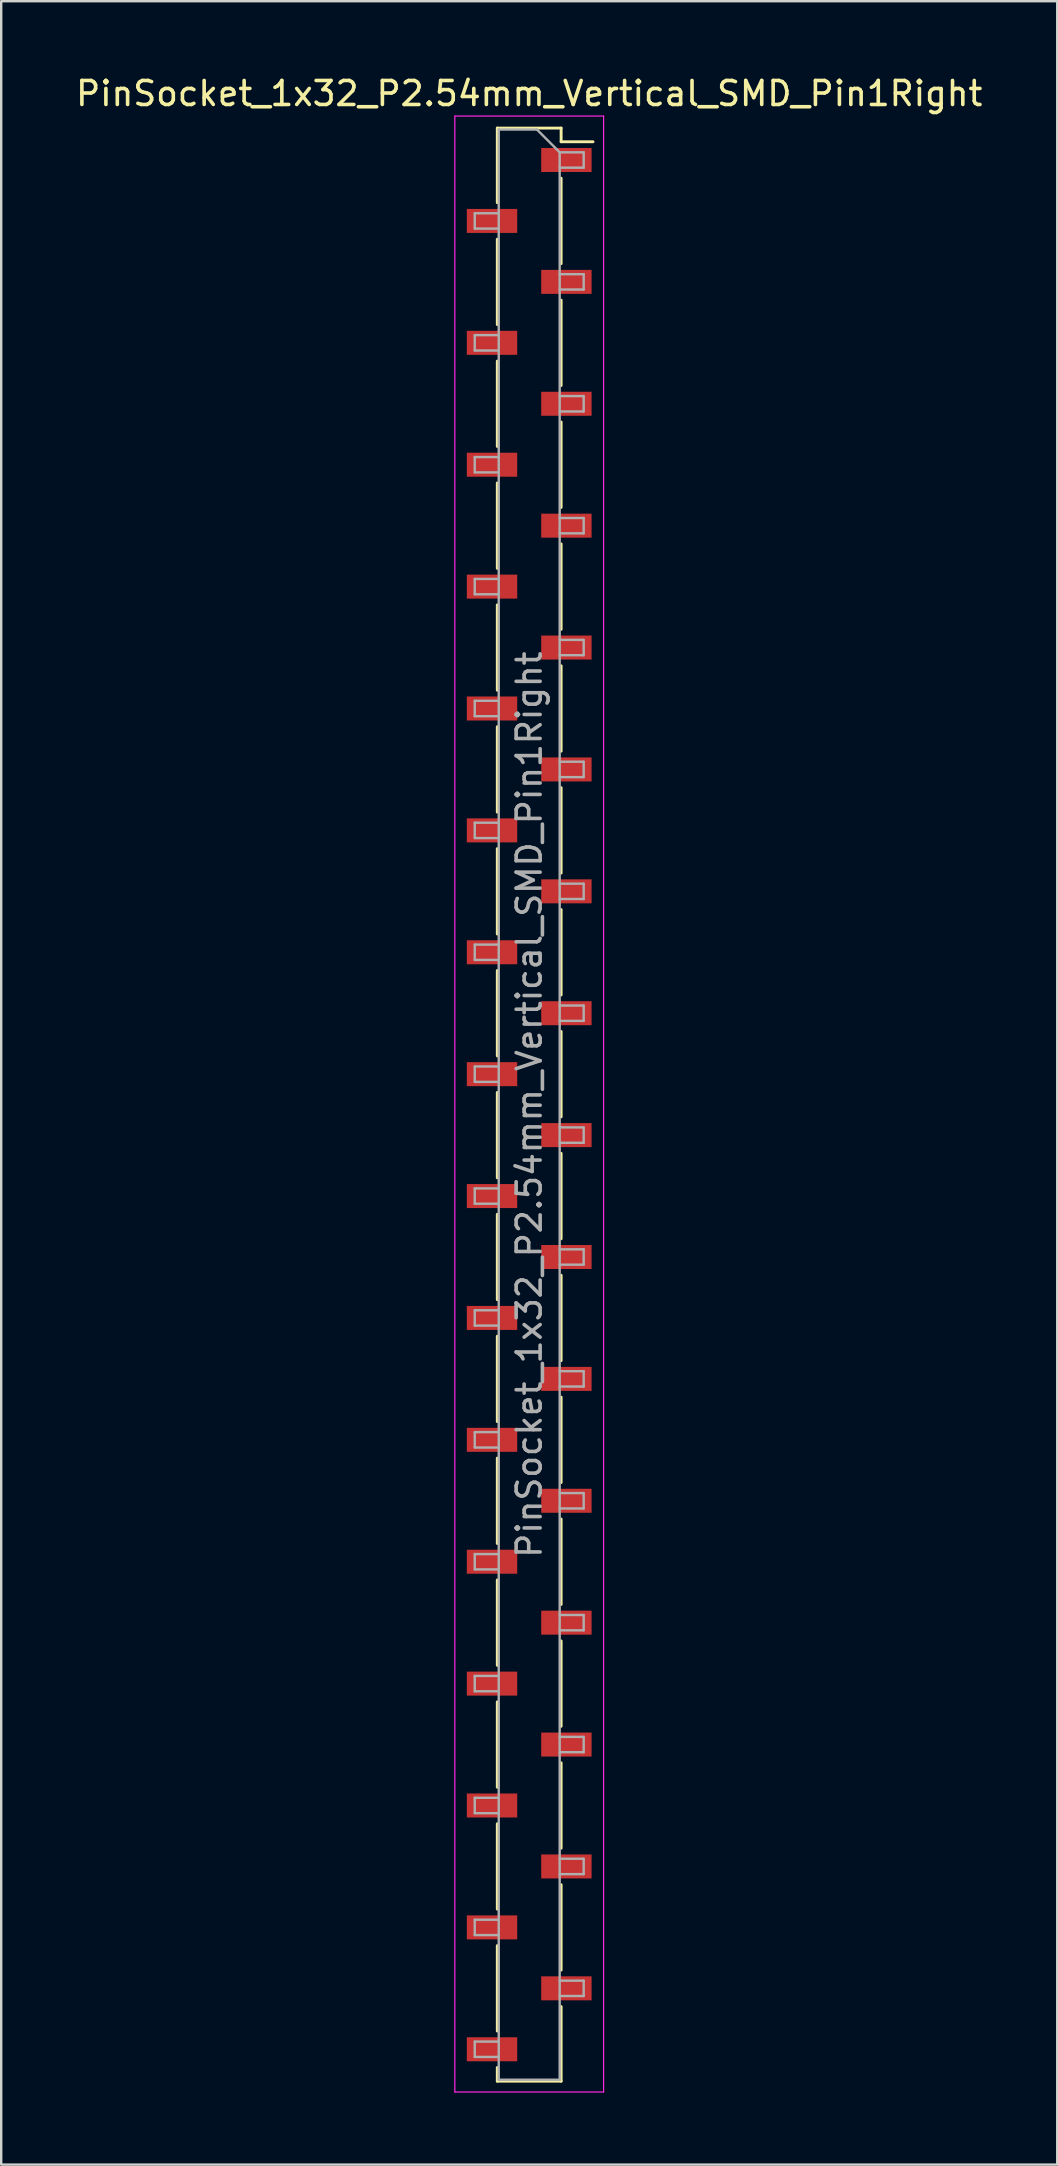
<source format=kicad_pcb>
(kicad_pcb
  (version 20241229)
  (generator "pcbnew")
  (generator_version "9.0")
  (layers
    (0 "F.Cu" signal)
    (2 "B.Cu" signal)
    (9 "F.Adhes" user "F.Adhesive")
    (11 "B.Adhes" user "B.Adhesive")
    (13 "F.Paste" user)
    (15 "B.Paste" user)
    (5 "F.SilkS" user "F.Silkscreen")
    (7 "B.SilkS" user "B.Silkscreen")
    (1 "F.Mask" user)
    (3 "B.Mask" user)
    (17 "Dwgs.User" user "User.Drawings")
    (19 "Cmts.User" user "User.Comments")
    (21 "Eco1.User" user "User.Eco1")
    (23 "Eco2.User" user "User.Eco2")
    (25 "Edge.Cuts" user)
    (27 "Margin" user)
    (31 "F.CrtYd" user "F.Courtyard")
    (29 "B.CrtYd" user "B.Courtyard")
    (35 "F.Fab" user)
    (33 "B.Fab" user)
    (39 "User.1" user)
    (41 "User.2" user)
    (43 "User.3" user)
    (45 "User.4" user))
  (footprint "PinSocket_1x32_P2.54mm_Vertical_SMD_Pin1Right"
    (layer "F.Cu")
    (at 19.006 42.988)
    (property "Reference" "PinSocket_1x32_P2.54mm_Vertical_SMD_Pin1Right" (at 0 -42.14 0) (layer "F.SilkS") (effects (font (size 1 1) (thickness 0.15))))
    (attr smd)
    (fp_line (start -1.33 -40.7) (end -1.33 -37.59) (stroke (width 0.12) (type solid)) (layer "F.SilkS"))
    (fp_line (start -1.33 -40.7) (end 1.33 -40.7) (stroke (width 0.12) (type solid)) (layer "F.SilkS"))
    (fp_line (start -1.33 -36.07) (end -1.33 -32.51) (stroke (width 0.12) (type solid)) (layer "F.SilkS"))
    (fp_line (start -1.33 -30.99) (end -1.33 -27.43) (stroke (width 0.12) (type solid)) (layer "F.SilkS"))
    (fp_line (start -1.33 -25.91) (end -1.33 -22.35) (stroke (width 0.12) (type solid)) (layer "F.SilkS"))
    (fp_line (start -1.33 -20.83) (end -1.33 -17.27) (stroke (width 0.12) (type solid)) (layer "F.SilkS"))
    (fp_line (start -1.33 -15.75) (end -1.33 -12.19) (stroke (width 0.12) (type solid)) (layer "F.SilkS"))
    (fp_line (start -1.33 -10.67) (end -1.33 -7.11) (stroke (width 0.12) (type solid)) (layer "F.SilkS"))
    (fp_line (start -1.33 -5.59) (end -1.33 -2.03) (stroke (width 0.12) (type solid)) (layer "F.SilkS"))
    (fp_line (start -1.33 -0.51) (end -1.33 3.05) (stroke (width 0.12) (type solid)) (layer "F.SilkS"))
    (fp_line (start -1.33 4.57) (end -1.33 8.13) (stroke (width 0.12) (type solid)) (layer "F.SilkS"))
    (fp_line (start -1.33 9.65) (end -1.33 13.21) (stroke (width 0.12) (type solid)) (layer "F.SilkS"))
    (fp_line (start -1.33 14.73) (end -1.33 18.29) (stroke (width 0.12) (type solid)) (layer "F.SilkS"))
    (fp_line (start -1.33 19.81) (end -1.33 23.37) (stroke (width 0.12) (type solid)) (layer "F.SilkS"))
    (fp_line (start -1.33 24.89) (end -1.33 28.45) (stroke (width 0.12) (type solid)) (layer "F.SilkS"))
    (fp_line (start -1.33 29.97) (end -1.33 33.53) (stroke (width 0.12) (type solid)) (layer "F.SilkS"))
    (fp_line (start -1.33 35.05) (end -1.33 38.61) (stroke (width 0.12) (type solid)) (layer "F.SilkS"))
    (fp_line (start -1.33 40.7) (end -1.33 40.13) (stroke (width 0.12) (type solid)) (layer "F.SilkS"))
    (fp_line (start 1.33 -40.7) (end 1.33 -40.13) (stroke (width 0.12) (type solid)) (layer "F.SilkS"))
    (fp_line (start 1.33 -40.13) (end 2.66 -40.13) (stroke (width 0.12) (type solid)) (layer "F.SilkS"))
    (fp_line (start 1.33 -38.61) (end 1.33 -35.05) (stroke (width 0.12) (type solid)) (layer "F.SilkS"))
    (fp_line (start 1.33 -33.53) (end 1.33 -29.97) (stroke (width 0.12) (type solid)) (layer "F.SilkS"))
    (fp_line (start 1.33 -28.45) (end 1.33 -24.89) (stroke (width 0.12) (type solid)) (layer "F.SilkS"))
    (fp_line (start 1.33 -23.37) (end 1.33 -19.81) (stroke (width 0.12) (type solid)) (layer "F.SilkS"))
    (fp_line (start 1.33 -18.29) (end 1.33 -14.73) (stroke (width 0.12) (type solid)) (layer "F.SilkS"))
    (fp_line (start 1.33 -13.21) (end 1.33 -9.65) (stroke (width 0.12) (type solid)) (layer "F.SilkS"))
    (fp_line (start 1.33 -8.13) (end 1.33 -4.57) (stroke (width 0.12) (type solid)) (layer "F.SilkS"))
    (fp_line (start 1.33 -3.05) (end 1.33 0.51) (stroke (width 0.12) (type solid)) (layer "F.SilkS"))
    (fp_line (start 1.33 2.03) (end 1.33 5.59) (stroke (width 0.12) (type solid)) (layer "F.SilkS"))
    (fp_line (start 1.33 7.11) (end 1.33 10.67) (stroke (width 0.12) (type solid)) (layer "F.SilkS"))
    (fp_line (start 1.33 12.19) (end 1.33 15.75) (stroke (width 0.12) (type solid)) (layer "F.SilkS"))
    (fp_line (start 1.33 17.27) (end 1.33 20.83) (stroke (width 0.12) (type solid)) (layer "F.SilkS"))
    (fp_line (start 1.33 22.35) (end 1.33 25.91) (stroke (width 0.12) (type solid)) (layer "F.SilkS"))
    (fp_line (start 1.33 27.43) (end 1.33 30.99) (stroke (width 0.12) (type solid)) (layer "F.SilkS"))
    (fp_line (start 1.33 32.51) (end 1.33 36.07) (stroke (width 0.12) (type solid)) (layer "F.SilkS"))
    (fp_line (start 1.33 37.59) (end 1.33 40.7) (stroke (width 0.12) (type solid)) (layer "F.SilkS"))
    (fp_line (start 1.33 40.7) (end -1.33 40.7) (stroke (width 0.12) (type solid)) (layer "F.SilkS"))
    (fp_line (start -3.1 -41.2) (end 3.1 -41.2) (stroke (width 0.05) (type solid)) (layer "F.CrtYd"))
    (fp_line (start -3.1 41.15) (end -3.1 -41.2) (stroke (width 0.05) (type solid)) (layer "F.CrtYd"))
    (fp_line (start 3.1 -41.2) (end 3.1 41.15) (stroke (width 0.05) (type solid)) (layer "F.CrtYd"))
    (fp_line (start 3.1 41.15) (end -3.1 41.15) (stroke (width 0.05) (type solid)) (layer "F.CrtYd"))
    (fp_line (start -2.27 -37.15) (end -1.27 -37.15) (stroke (width 0.1) (type solid)) (layer "F.Fab"))
    (fp_line (start -2.27 -36.51) (end -2.27 -37.15) (stroke (width 0.1) (type solid)) (layer "F.Fab"))
    (fp_line (start -2.27 -32.07) (end -1.27 -32.07) (stroke (width 0.1) (type solid)) (layer "F.Fab"))
    (fp_line (start -2.27 -31.43) (end -2.27 -32.07) (stroke (width 0.1) (type solid)) (layer "F.Fab"))
    (fp_line (start -2.27 -26.99) (end -1.27 -26.99) (stroke (width 0.1) (type solid)) (layer "F.Fab"))
    (fp_line (start -2.27 -26.35) (end -2.27 -26.99) (stroke (width 0.1) (type solid)) (layer "F.Fab"))
    (fp_line (start -2.27 -21.91) (end -1.27 -21.91) (stroke (width 0.1) (type solid)) (layer "F.Fab"))
    (fp_line (start -2.27 -21.27) (end -2.27 -21.91) (stroke (width 0.1) (type solid)) (layer "F.Fab"))
    (fp_line (start -2.27 -16.83) (end -1.27 -16.83) (stroke (width 0.1) (type solid)) (layer "F.Fab"))
    (fp_line (start -2.27 -16.19) (end -2.27 -16.83) (stroke (width 0.1) (type solid)) (layer "F.Fab"))
    (fp_line (start -2.27 -11.75) (end -1.27 -11.75) (stroke (width 0.1) (type solid)) (layer "F.Fab"))
    (fp_line (start -2.27 -11.11) (end -2.27 -11.75) (stroke (width 0.1) (type solid)) (layer "F.Fab"))
    (fp_line (start -2.27 -6.67) (end -1.27 -6.67) (stroke (width 0.1) (type solid)) (layer "F.Fab"))
    (fp_line (start -2.27 -6.03) (end -2.27 -6.67) (stroke (width 0.1) (type solid)) (layer "F.Fab"))
    (fp_line (start -2.27 -1.59) (end -1.27 -1.59) (stroke (width 0.1) (type solid)) (layer "F.Fab"))
    (fp_line (start -2.27 -0.95) (end -2.27 -1.59) (stroke (width 0.1) (type solid)) (layer "F.Fab"))
    (fp_line (start -2.27 3.49) (end -1.27 3.49) (stroke (width 0.1) (type solid)) (layer "F.Fab"))
    (fp_line (start -2.27 4.13) (end -2.27 3.49) (stroke (width 0.1) (type solid)) (layer "F.Fab"))
    (fp_line (start -2.27 8.57) (end -1.27 8.57) (stroke (width 0.1) (type solid)) (layer "F.Fab"))
    (fp_line (start -2.27 9.21) (end -2.27 8.57) (stroke (width 0.1) (type solid)) (layer "F.Fab"))
    (fp_line (start -2.27 13.65) (end -1.27 13.65) (stroke (width 0.1) (type solid)) (layer "F.Fab"))
    (fp_line (start -2.27 14.29) (end -2.27 13.65) (stroke (width 0.1) (type solid)) (layer "F.Fab"))
    (fp_line (start -2.27 18.73) (end -1.27 18.73) (stroke (width 0.1) (type solid)) (layer "F.Fab"))
    (fp_line (start -2.27 19.37) (end -2.27 18.73) (stroke (width 0.1) (type solid)) (layer "F.Fab"))
    (fp_line (start -2.27 23.81) (end -1.27 23.81) (stroke (width 0.1) (type solid)) (layer "F.Fab"))
    (fp_line (start -2.27 24.45) (end -2.27 23.81) (stroke (width 0.1) (type solid)) (layer "F.Fab"))
    (fp_line (start -2.27 28.89) (end -1.27 28.89) (stroke (width 0.1) (type solid)) (layer "F.Fab"))
    (fp_line (start -2.27 29.53) (end -2.27 28.89) (stroke (width 0.1) (type solid)) (layer "F.Fab"))
    (fp_line (start -2.27 33.97) (end -1.27 33.97) (stroke (width 0.1) (type solid)) (layer "F.Fab"))
    (fp_line (start -2.27 34.61) (end -2.27 33.97) (stroke (width 0.1) (type solid)) (layer "F.Fab"))
    (fp_line (start -2.27 39.05) (end -1.27 39.05) (stroke (width 0.1) (type solid)) (layer "F.Fab"))
    (fp_line (start -2.27 39.69) (end -2.27 39.05) (stroke (width 0.1) (type solid)) (layer "F.Fab"))
    (fp_line (start -1.27 -40.64) (end 0.32 -40.64) (stroke (width 0.1) (type solid)) (layer "F.Fab"))
    (fp_line (start -1.27 -36.51) (end -2.27 -36.51) (stroke (width 0.1) (type solid)) (layer "F.Fab"))
    (fp_line (start -1.27 -31.43) (end -2.27 -31.43) (stroke (width 0.1) (type solid)) (layer "F.Fab"))
    (fp_line (start -1.27 -26.35) (end -2.27 -26.35) (stroke (width 0.1) (type solid)) (layer "F.Fab"))
    (fp_line (start -1.27 -21.27) (end -2.27 -21.27) (stroke (width 0.1) (type solid)) (layer "F.Fab"))
    (fp_line (start -1.27 -16.19) (end -2.27 -16.19) (stroke (width 0.1) (type solid)) (layer "F.Fab"))
    (fp_line (start -1.27 -11.11) (end -2.27 -11.11) (stroke (width 0.1) (type solid)) (layer "F.Fab"))
    (fp_line (start -1.27 -6.03) (end -2.27 -6.03) (stroke (width 0.1) (type solid)) (layer "F.Fab"))
    (fp_line (start -1.27 -0.95) (end -2.27 -0.95) (stroke (width 0.1) (type solid)) (layer "F.Fab"))
    (fp_line (start -1.27 4.13) (end -2.27 4.13) (stroke (width 0.1) (type solid)) (layer "F.Fab"))
    (fp_line (start -1.27 9.21) (end -2.27 9.21) (stroke (width 0.1) (type solid)) (layer "F.Fab"))
    (fp_line (start -1.27 14.29) (end -2.27 14.29) (stroke (width 0.1) (type solid)) (layer "F.Fab"))
    (fp_line (start -1.27 19.37) (end -2.27 19.37) (stroke (width 0.1) (type solid)) (layer "F.Fab"))
    (fp_line (start -1.27 24.45) (end -2.27 24.45) (stroke (width 0.1) (type solid)) (layer "F.Fab"))
    (fp_line (start -1.27 29.53) (end -2.27 29.53) (stroke (width 0.1) (type solid)) (layer "F.Fab"))
    (fp_line (start -1.27 34.61) (end -2.27 34.61) (stroke (width 0.1) (type solid)) (layer "F.Fab"))
    (fp_line (start -1.27 39.69) (end -2.27 39.69) (stroke (width 0.1) (type solid)) (layer "F.Fab"))
    (fp_line (start -1.27 40.64) (end -1.27 -40.64) (stroke (width 0.1) (type solid)) (layer "F.Fab"))
    (fp_line (start 0.32 -40.64) (end 1.27 -39.69) (stroke (width 0.1) (type solid)) (layer "F.Fab"))
    (fp_line (start 1.27 -39.69) (end 1.27 40.64) (stroke (width 0.1) (type solid)) (layer "F.Fab"))
    (fp_line (start 1.27 -39.69) (end 2.27 -39.69) (stroke (width 0.1) (type solid)) (layer "F.Fab"))
    (fp_line (start 1.27 -34.61) (end 2.27 -34.61) (stroke (width 0.1) (type solid)) (layer "F.Fab"))
    (fp_line (start 1.27 -29.53) (end 2.27 -29.53) (stroke (width 0.1) (type solid)) (layer "F.Fab"))
    (fp_line (start 1.27 -24.45) (end 2.27 -24.45) (stroke (width 0.1) (type solid)) (layer "F.Fab"))
    (fp_line (start 1.27 -19.37) (end 2.27 -19.37) (stroke (width 0.1) (type solid)) (layer "F.Fab"))
    (fp_line (start 1.27 -14.29) (end 2.27 -14.29) (stroke (width 0.1) (type solid)) (layer "F.Fab"))
    (fp_line (start 1.27 -9.21) (end 2.27 -9.21) (stroke (width 0.1) (type solid)) (layer "F.Fab"))
    (fp_line (start 1.27 -4.13) (end 2.27 -4.13) (stroke (width 0.1) (type solid)) (layer "F.Fab"))
    (fp_line (start 1.27 0.95) (end 2.27 0.95) (stroke (width 0.1) (type solid)) (layer "F.Fab"))
    (fp_line (start 1.27 6.03) (end 2.27 6.03) (stroke (width 0.1) (type solid)) (layer "F.Fab"))
    (fp_line (start 1.27 11.11) (end 2.27 11.11) (stroke (width 0.1) (type solid)) (layer "F.Fab"))
    (fp_line (start 1.27 16.19) (end 2.27 16.19) (stroke (width 0.1) (type solid)) (layer "F.Fab"))
    (fp_line (start 1.27 21.27) (end 2.27 21.27) (stroke (width 0.1) (type solid)) (layer "F.Fab"))
    (fp_line (start 1.27 26.35) (end 2.27 26.35) (stroke (width 0.1) (type solid)) (layer "F.Fab"))
    (fp_line (start 1.27 31.43) (end 2.27 31.43) (stroke (width 0.1) (type solid)) (layer "F.Fab"))
    (fp_line (start 1.27 36.51) (end 2.27 36.51) (stroke (width 0.1) (type solid)) (layer "F.Fab"))
    (fp_line (start 1.27 40.64) (end -1.27 40.64) (stroke (width 0.1) (type solid)) (layer "F.Fab"))
    (fp_line (start 2.27 -39.69) (end 2.27 -39.05) (stroke (width 0.1) (type solid)) (layer "F.Fab"))
    (fp_line (start 2.27 -39.05) (end 1.27 -39.05) (stroke (width 0.1) (type solid)) (layer "F.Fab"))
    (fp_line (start 2.27 -34.61) (end 2.27 -33.97) (stroke (width 0.1) (type solid)) (layer "F.Fab"))
    (fp_line (start 2.27 -33.97) (end 1.27 -33.97) (stroke (width 0.1) (type solid)) (layer "F.Fab"))
    (fp_line (start 2.27 -29.53) (end 2.27 -28.89) (stroke (width 0.1) (type solid)) (layer "F.Fab"))
    (fp_line (start 2.27 -28.89) (end 1.27 -28.89) (stroke (width 0.1) (type solid)) (layer "F.Fab"))
    (fp_line (start 2.27 -24.45) (end 2.27 -23.81) (stroke (width 0.1) (type solid)) (layer "F.Fab"))
    (fp_line (start 2.27 -23.81) (end 1.27 -23.81) (stroke (width 0.1) (type solid)) (layer "F.Fab"))
    (fp_line (start 2.27 -19.37) (end 2.27 -18.73) (stroke (width 0.1) (type solid)) (layer "F.Fab"))
    (fp_line (start 2.27 -18.73) (end 1.27 -18.73) (stroke (width 0.1) (type solid)) (layer "F.Fab"))
    (fp_line (start 2.27 -14.29) (end 2.27 -13.65) (stroke (width 0.1) (type solid)) (layer "F.Fab"))
    (fp_line (start 2.27 -13.65) (end 1.27 -13.65) (stroke (width 0.1) (type solid)) (layer "F.Fab"))
    (fp_line (start 2.27 -9.21) (end 2.27 -8.57) (stroke (width 0.1) (type solid)) (layer "F.Fab"))
    (fp_line (start 2.27 -8.57) (end 1.27 -8.57) (stroke (width 0.1) (type solid)) (layer "F.Fab"))
    (fp_line (start 2.27 -4.13) (end 2.27 -3.49) (stroke (width 0.1) (type solid)) (layer "F.Fab"))
    (fp_line (start 2.27 -3.49) (end 1.27 -3.49) (stroke (width 0.1) (type solid)) (layer "F.Fab"))
    (fp_line (start 2.27 0.95) (end 2.27 1.59) (stroke (width 0.1) (type solid)) (layer "F.Fab"))
    (fp_line (start 2.27 1.59) (end 1.27 1.59) (stroke (width 0.1) (type solid)) (layer "F.Fab"))
    (fp_line (start 2.27 6.03) (end 2.27 6.67) (stroke (width 0.1) (type solid)) (layer "F.Fab"))
    (fp_line (start 2.27 6.67) (end 1.27 6.67) (stroke (width 0.1) (type solid)) (layer "F.Fab"))
    (fp_line (start 2.27 11.11) (end 2.27 11.75) (stroke (width 0.1) (type solid)) (layer "F.Fab"))
    (fp_line (start 2.27 11.75) (end 1.27 11.75) (stroke (width 0.1) (type solid)) (layer "F.Fab"))
    (fp_line (start 2.27 16.19) (end 2.27 16.83) (stroke (width 0.1) (type solid)) (layer "F.Fab"))
    (fp_line (start 2.27 16.83) (end 1.27 16.83) (stroke (width 0.1) (type solid)) (layer "F.Fab"))
    (fp_line (start 2.27 21.27) (end 2.27 21.91) (stroke (width 0.1) (type solid)) (layer "F.Fab"))
    (fp_line (start 2.27 21.91) (end 1.27 21.91) (stroke (width 0.1) (type solid)) (layer "F.Fab"))
    (fp_line (start 2.27 26.35) (end 2.27 26.99) (stroke (width 0.1) (type solid)) (layer "F.Fab"))
    (fp_line (start 2.27 26.99) (end 1.27 26.99) (stroke (width 0.1) (type solid)) (layer "F.Fab"))
    (fp_line (start 2.27 31.43) (end 2.27 32.07) (stroke (width 0.1) (type solid)) (layer "F.Fab"))
    (fp_line (start 2.27 32.07) (end 1.27 32.07) (stroke (width 0.1) (type solid)) (layer "F.Fab"))
    (fp_line (start 2.27 36.51) (end 2.27 37.15) (stroke (width 0.1) (type solid)) (layer "F.Fab"))
    (fp_line (start 2.27 37.15) (end 1.27 37.15) (stroke (width 0.1) (type solid)) (layer "F.Fab"))
    (fp_text user "${REFERENCE}" (at 0 0 90) (layer "F.Fab") (effects (font (size 1 1) (thickness 0.15))))
    (pad "1" smd rect (at 1.55 -39.37) (size 2.1 1) (layers "F.Cu" "F.Mask" "F.Paste"))
    (pad "2" smd rect (at -1.55 -36.83) (size 2.1 1) (layers "F.Cu" "F.Mask" "F.Paste"))
    (pad "3" smd rect (at 1.55 -34.29) (size 2.1 1) (layers "F.Cu" "F.Mask" "F.Paste"))
    (pad "4" smd rect (at -1.55 -31.75) (size 2.1 1) (layers "F.Cu" "F.Mask" "F.Paste"))
    (pad "5" smd rect (at 1.55 -29.21) (size 2.1 1) (layers "F.Cu" "F.Mask" "F.Paste"))
    (pad "6" smd rect (at -1.55 -26.67) (size 2.1 1) (layers "F.Cu" "F.Mask" "F.Paste"))
    (pad "7" smd rect (at 1.55 -24.13) (size 2.1 1) (layers "F.Cu" "F.Mask" "F.Paste"))
    (pad "8" smd rect (at -1.55 -21.59) (size 2.1 1) (layers "F.Cu" "F.Mask" "F.Paste"))
    (pad "9" smd rect (at 1.55 -19.05) (size 2.1 1) (layers "F.Cu" "F.Mask" "F.Paste"))
    (pad "10" smd rect (at -1.55 -16.51) (size 2.1 1) (layers "F.Cu" "F.Mask" "F.Paste"))
    (pad "11" smd rect (at 1.55 -13.97) (size 2.1 1) (layers "F.Cu" "F.Mask" "F.Paste"))
    (pad "12" smd rect (at -1.55 -11.43) (size 2.1 1) (layers "F.Cu" "F.Mask" "F.Paste"))
    (pad "13" smd rect (at 1.55 -8.89) (size 2.1 1) (layers "F.Cu" "F.Mask" "F.Paste"))
    (pad "14" smd rect (at -1.55 -6.35) (size 2.1 1) (layers "F.Cu" "F.Mask" "F.Paste"))
    (pad "15" smd rect (at 1.55 -3.81) (size 2.1 1) (layers "F.Cu" "F.Mask" "F.Paste"))
    (pad "16" smd rect (at -1.55 -1.27) (size 2.1 1) (layers "F.Cu" "F.Mask" "F.Paste"))
    (pad "17" smd rect (at 1.55 1.27) (size 2.1 1) (layers "F.Cu" "F.Mask" "F.Paste"))
    (pad "18" smd rect (at -1.55 3.81) (size 2.1 1) (layers "F.Cu" "F.Mask" "F.Paste"))
    (pad "19" smd rect (at 1.55 6.35) (size 2.1 1) (layers "F.Cu" "F.Mask" "F.Paste"))
    (pad "20" smd rect (at -1.55 8.89) (size 2.1 1) (layers "F.Cu" "F.Mask" "F.Paste"))
    (pad "21" smd rect (at 1.55 11.43) (size 2.1 1) (layers "F.Cu" "F.Mask" "F.Paste"))
    (pad "22" smd rect (at -1.55 13.97) (size 2.1 1) (layers "F.Cu" "F.Mask" "F.Paste"))
    (pad "23" smd rect (at 1.55 16.51) (size 2.1 1) (layers "F.Cu" "F.Mask" "F.Paste"))
    (pad "24" smd rect (at -1.55 19.05) (size 2.1 1) (layers "F.Cu" "F.Mask" "F.Paste"))
    (pad "25" smd rect (at 1.55 21.59) (size 2.1 1) (layers "F.Cu" "F.Mask" "F.Paste"))
    (pad "26" smd rect (at -1.55 24.13) (size 2.1 1) (layers "F.Cu" "F.Mask" "F.Paste"))
    (pad "27" smd rect (at 1.55 26.67) (size 2.1 1) (layers "F.Cu" "F.Mask" "F.Paste"))
    (pad "28" smd rect (at -1.55 29.21) (size 2.1 1) (layers "F.Cu" "F.Mask" "F.Paste"))
    (pad "29" smd rect (at 1.55 31.75) (size 2.1 1) (layers "F.Cu" "F.Mask" "F.Paste"))
    (pad "30" smd rect (at -1.55 34.29) (size 2.1 1) (layers "F.Cu" "F.Mask" "F.Paste"))
    (pad "31" smd rect (at 1.55 36.83) (size 2.1 1) (layers "F.Cu" "F.Mask" "F.Paste"))
    (pad "32" smd rect (at -1.55 39.37) (size 2.1 1) (layers "F.Cu" "F.Mask" "F.Paste")))
  (gr_rect
    (start -3 -3)
    (end 41.012 87.163)
    (stroke (width 0.1) (type default))
    (fill no)
    (layer "Edge.Cuts")))
</source>
